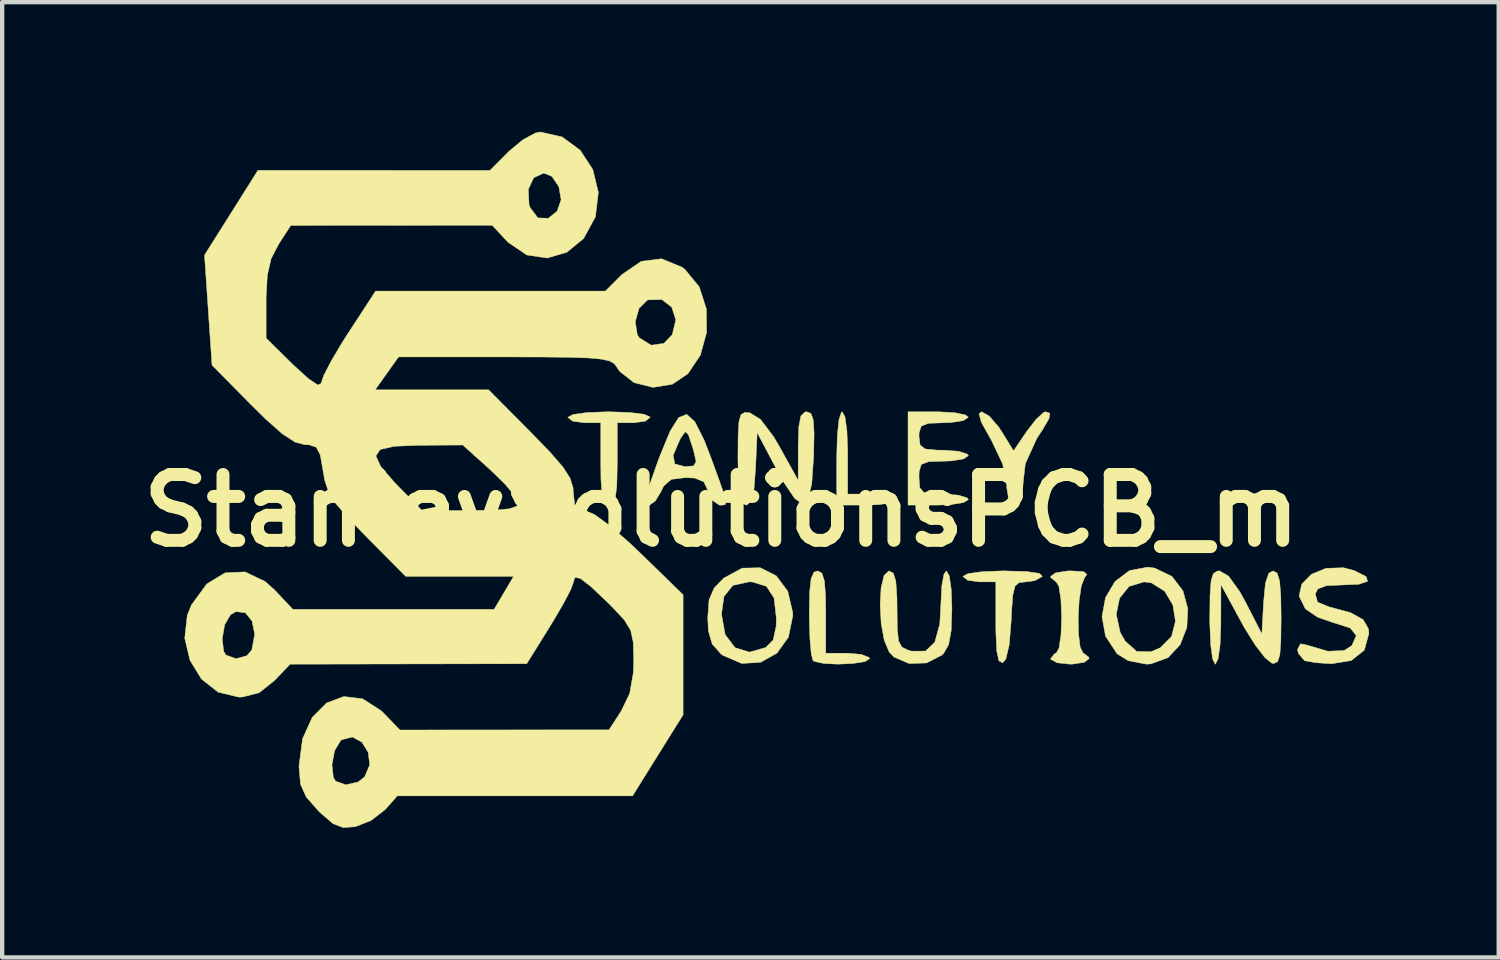
<source format=kicad_pcb>
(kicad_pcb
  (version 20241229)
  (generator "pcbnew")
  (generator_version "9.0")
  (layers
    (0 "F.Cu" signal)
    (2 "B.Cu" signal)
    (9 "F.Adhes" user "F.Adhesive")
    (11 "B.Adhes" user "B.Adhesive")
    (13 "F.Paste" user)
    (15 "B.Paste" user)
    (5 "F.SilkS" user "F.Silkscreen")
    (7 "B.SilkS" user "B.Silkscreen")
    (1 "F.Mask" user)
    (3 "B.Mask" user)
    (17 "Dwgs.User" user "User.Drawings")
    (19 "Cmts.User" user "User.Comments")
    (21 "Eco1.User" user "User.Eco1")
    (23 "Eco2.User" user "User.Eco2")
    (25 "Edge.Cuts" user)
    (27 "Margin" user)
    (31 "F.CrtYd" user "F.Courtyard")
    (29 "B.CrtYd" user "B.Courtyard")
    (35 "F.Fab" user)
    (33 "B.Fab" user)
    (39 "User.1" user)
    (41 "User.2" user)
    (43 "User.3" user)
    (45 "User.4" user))
  (footprint "StanleySolutionsPCB_m"
    (layer "F.Cu")
    (at 13.651 8.768)
    (property "Reference" "StanleySolutionsPCB_m" (at 0 0 0) (layer "F.SilkS") (effects (font (size 1.524 1.524) (thickness 0.3))))
    (attr through_hole)
    (fp_poly (pts (xy 2.858 -2.168) (xy 2.903 -1.848) (xy 2.921 -1.378) (xy 2.921 -1.333) (xy 2.921 -0.381) (xy 3.493 -0.381) (xy 3.833 -0.356) (xy 4.038 -0.292) (xy 4.064 -0.254) (xy 3.949 -0.184) (xy 3.653 -0.138) (xy 3.365 -0.127) (xy 2.667 -0.127) (xy 2.667 -1.206) (xy 2.681 -1.732) (xy 2.72 -2.104) (xy 2.778 -2.279) (xy 2.794 -2.286) (xy 2.858 -2.168)) (stroke (width 0.01) (type solid)) (fill yes) (layer "F.SilkS"))
    (fp_poly (pts (xy 2.323 1.447) (xy 2.382 1.627) (xy 2.409 1.984) (xy 2.413 2.349) (xy 2.413 3.302) (xy 2.921 3.302) (xy 3.239 3.33) (xy 3.416 3.401) (xy 3.429 3.429) (xy 3.318 3.497) (xy 3.043 3.54) (xy 2.697 3.556) (xy 2.368 3.54) (xy 2.147 3.492) (xy 2.117 3.471) (xy 2.077 3.312) (xy 2.047 2.967) (xy 2.033 2.504) (xy 2.032 2.392) (xy 2.041 1.877) (xy 2.075 1.57) (xy 2.142 1.426) (xy 2.223 1.397) (xy 2.323 1.447)) (stroke (width 0.01) (type solid)) (fill yes) (layer "F.SilkS"))
    (fp_poly (pts (xy -2.124 -2.27) (xy -1.789 -2.228) (xy -1.652 -2.165) (xy -1.651 -2.159) (xy -1.761 -2.07) (xy -2.027 -2.032) (xy -2.032 -2.032) (xy -2.413 -2.032) (xy -2.413 -1.079) (xy -2.423 -0.577) (xy -2.459 -0.282) (xy -2.53 -0.149) (xy -2.603 -0.127) (xy -2.704 -0.177) (xy -2.763 -0.357) (xy -2.79 -0.714) (xy -2.794 -1.079) (xy -2.794 -2.032) (xy -3.175 -2.032) (xy -3.443 -2.069) (xy -3.556 -2.157) (xy -3.556 -2.159) (xy -3.438 -2.223) (xy -3.118 -2.268) (xy -2.648 -2.286) (xy -2.603 -2.286) (xy -2.124 -2.27)) (stroke (width 0.01) (type solid)) (fill yes) (layer "F.SilkS"))
    (fp_poly (pts (xy 7.061 1.412) (xy 7.361 1.456) (xy 7.429 1.524) (xy 7.254 1.623) (xy 7.047 1.651) (xy 6.888 1.667) (xy 6.794 1.751) (xy 6.743 1.959) (xy 6.714 2.343) (xy 6.705 2.562) (xy 6.66 3.109) (xy 6.582 3.437) (xy 6.509 3.525) (xy 6.423 3.481) (xy 6.373 3.261) (xy 6.352 2.831) (xy 6.35 2.614) (xy 6.35 1.651) (xy 5.969 1.651) (xy 5.701 1.614) (xy 5.588 1.526) (xy 5.588 1.524) (xy 5.706 1.46) (xy 6.027 1.416) (xy 6.498 1.397) (xy 6.548 1.397) (xy 7.061 1.412)) (stroke (width 0.01) (type solid)) (fill yes) (layer "F.SilkS"))
    (fp_poly (pts (xy 7.6 -2.255) (xy 7.584 -2.134) (xy 7.436 -1.878) (xy 7.303 -1.678) (xy 7.033 -1.085) (xy 6.985 -0.669) (xy 6.957 -0.303) (xy 6.864 -0.143) (xy 6.795 -0.127) (xy 6.656 -0.219) (xy 6.605 -0.518) (xy 6.604 -0.589) (xy 6.508 -1.079) (xy 6.242 -1.64) (xy 6.224 -1.669) (xy 6.015 -2.043) (xy 5.961 -2.241) (xy 6.023 -2.286) (xy 6.197 -2.186) (xy 6.413 -1.937) (xy 6.482 -1.834) (xy 6.761 -1.382) (xy 7.068 -1.834) (xy 7.283 -2.112) (xy 7.457 -2.271) (xy 7.498 -2.286) (xy 7.6 -2.255)) (stroke (width 0.01) (type solid)) (fill yes) (layer "F.SilkS"))
    (fp_poly (pts (xy 8.383 1.414) (xy 8.459 1.477) (xy 8.407 1.549) (xy 8.33 1.738) (xy 8.28 2.072) (xy 8.258 2.472) (xy 8.265 2.862) (xy 8.303 3.164) (xy 8.372 3.3) (xy 8.382 3.302) (xy 8.505 3.399) (xy 8.509 3.429) (xy 8.397 3.513) (xy 8.123 3.555) (xy 8.065 3.556) (xy 7.771 3.524) (xy 7.624 3.446) (xy 7.62 3.429) (xy 7.717 3.306) (xy 7.747 3.302) (xy 7.813 3.185) (xy 7.859 2.876) (xy 7.874 2.477) (xy 7.856 2.045) (xy 7.809 1.75) (xy 7.747 1.651) (xy 7.624 1.554) (xy 7.62 1.524) (xy 7.732 1.442) (xy 8.01 1.399) (xy 8.09 1.397) (xy 8.383 1.414)) (stroke (width 0.01) (type solid)) (fill yes) (layer "F.SilkS"))
    (fp_poly (pts (xy 5.273 1.514) (xy 5.318 1.827) (xy 5.334 2.266) (xy 5.317 2.778) (xy 5.258 3.102) (xy 5.143 3.305) (xy 5.102 3.346) (xy 4.747 3.528) (xy 4.343 3.541) (xy 3.993 3.392) (xy 3.881 3.274) (xy 3.766 2.998) (xy 3.696 2.61) (xy 3.673 2.184) (xy 3.694 1.791) (xy 3.762 1.505) (xy 3.873 1.397) (xy 3.977 1.449) (xy 4.036 1.638) (xy 4.061 2.009) (xy 4.064 2.284) (xy 4.069 2.749) (xy 4.1 3.022) (xy 4.177 3.163) (xy 4.321 3.233) (xy 4.401 3.255) (xy 4.723 3.253) (xy 4.937 3.048) (xy 5.053 2.627) (xy 5.08 2.135) (xy 5.1 1.739) (xy 5.151 1.471) (xy 5.207 1.397) (xy 5.273 1.514)) (stroke (width 0.01) (type solid)) (fill yes) (layer "F.SilkS"))
    (fp_poly (pts (xy 10.028 1.332) (xy 10.428 1.526) (xy 10.682 1.859) (xy 10.795 2.272) (xy 10.772 2.706) (xy 10.618 3.103) (xy 10.338 3.404) (xy 9.938 3.55) (xy 9.833 3.556) (xy 9.416 3.476) (xy 9.157 3.315) (xy 8.889 2.907) (xy 8.808 2.456) (xy 8.818 2.404) (xy 9.138 2.404) (xy 9.229 2.82) (xy 9.342 3.02) (xy 9.611 3.262) (xy 9.94 3.268) (xy 10.158 3.176) (xy 10.418 2.916) (xy 10.508 2.561) (xy 10.448 2.185) (xy 10.257 1.865) (xy 9.951 1.674) (xy 9.781 1.651) (xy 9.434 1.756) (xy 9.214 2.029) (xy 9.138 2.404) (xy 8.818 2.404) (xy 8.889 2.016) (xy 9.109 1.643) (xy 9.443 1.389) (xy 9.869 1.31) (xy 10.028 1.332)) (stroke (width 0.01) (type solid)) (fill yes) (layer "F.SilkS"))
    (fp_poly (pts (xy 1.267 1.511) (xy 1.534 1.868) (xy 1.65 2.367) (xy 1.651 2.433) (xy 1.55 2.931) (xy 1.283 3.301) (xy 0.905 3.513) (xy 0.47 3.54) (xy 0.032 3.352) (xy -0.018 3.313) (xy -0.216 3.089) (xy -0.304 2.783) (xy -0.318 2.477) (xy -0.312 2.397) (xy 0 2.397) (xy 0.084 2.87) (xy 0.311 3.173) (xy 0.645 3.278) (xy 1.024 3.171) (xy 1.195 2.999) (xy 1.265 2.682) (xy 1.27 2.497) (xy 1.217 2.025) (xy 1.041 1.754) (xy 0.719 1.654) (xy 0.635 1.651) (xy 0.263 1.732) (xy 0.057 1.99) (xy 0 2.397) (xy -0.312 2.397) (xy -0.288 2.068) (xy -0.17 1.793) (xy 0.052 1.565) (xy 0.477 1.333) (xy 0.898 1.324) (xy 1.267 1.511)) (stroke (width 0.01) (type solid)) (fill yes) (layer "F.SilkS"))
    (fp_poly (pts (xy 2.07 -2.247) (xy 2.124 -2.099) (xy 2.143 -1.795) (xy 2.134 -1.287) (xy 2.132 -1.24) (xy 2.09 -0.629) (xy 2.009 -0.267) (xy 1.88 -0.152) (xy 1.695 -0.28) (xy 1.444 -0.65) (xy 1.27 -0.965) (xy 0.826 -1.806) (xy 0.788 -0.967) (xy 0.752 -0.489) (xy 0.688 -0.223) (xy 0.588 -0.129) (xy 0.566 -0.127) (xy 0.473 -0.177) (xy 0.416 -0.357) (xy 0.388 -0.709) (xy 0.381 -1.215) (xy 0.385 -1.74) (xy 0.404 -2.059) (xy 0.451 -2.22) (xy 0.538 -2.271) (xy 0.655 -2.263) (xy 0.904 -2.109) (xy 1.204 -1.713) (xy 1.352 -1.46) (xy 1.775 -0.699) (xy 1.776 -1.492) (xy 1.79 -1.943) (xy 1.838 -2.189) (xy 1.932 -2.281) (xy 1.974 -2.286) (xy 2.07 -2.247)) (stroke (width 0.01) (type solid)) (fill yes) (layer "F.SilkS"))
    (fp_poly (pts (xy 12.862 1.448) (xy 12.919 1.629) (xy 12.947 1.982) (xy 12.954 2.486) (xy 12.948 3.015) (xy 12.925 3.337) (xy 12.874 3.496) (xy 12.787 3.539) (xy 12.741 3.534) (xy 12.583 3.408) (xy 12.356 3.114) (xy 12.102 2.707) (xy 12.045 2.603) (xy 11.561 1.714) (xy 11.559 2.635) (xy 11.542 3.102) (xy 11.497 3.427) (xy 11.433 3.556) (xy 11.43 3.556) (xy 11.368 3.437) (xy 11.324 3.108) (xy 11.304 2.616) (xy 11.303 2.477) (xy 11.309 1.948) (xy 11.333 1.626) (xy 11.386 1.459) (xy 11.478 1.401) (xy 11.531 1.397) (xy 11.739 1.519) (xy 11.996 1.876) (xy 12.134 2.127) (xy 12.509 2.857) (xy 12.548 2.127) (xy 12.591 1.682) (xy 12.668 1.452) (xy 12.77 1.397) (xy 12.862 1.448)) (stroke (width 0.01) (type solid)) (fill yes) (layer "F.SilkS"))
    (fp_poly (pts (xy 5.399 -2.265) (xy 5.653 -2.211) (xy 5.715 -2.159) (xy 5.601 -2.083) (xy 5.314 -2.038) (xy 5.144 -2.032) (xy 4.791 -2.019) (xy 4.624 -1.954) (xy 4.574 -1.8) (xy 4.572 -1.714) (xy 4.596 -1.519) (xy 4.712 -1.426) (xy 4.989 -1.398) (xy 5.144 -1.397) (xy 5.484 -1.372) (xy 5.689 -1.308) (xy 5.715 -1.27) (xy 5.601 -1.194) (xy 5.314 -1.149) (xy 5.144 -1.143) (xy 4.792 -1.132) (xy 4.626 -1.068) (xy 4.575 -0.906) (xy 4.572 -0.762) (xy 4.589 -0.528) (xy 4.684 -0.417) (xy 4.928 -0.383) (xy 5.144 -0.381) (xy 5.484 -0.356) (xy 5.689 -0.292) (xy 5.715 -0.254) (xy 5.6 -0.184) (xy 5.304 -0.138) (xy 5.016 -0.127) (xy 4.318 -0.127) (xy 4.318 -2.286) (xy 5.016 -2.286) (xy 5.399 -2.265)) (stroke (width 0.01) (type solid)) (fill yes) (layer "F.SilkS"))
    (fp_poly (pts (xy 14.646 1.389) (xy 14.923 1.529) (xy 14.956 1.639) (xy 14.751 1.706) (xy 14.386 1.722) (xy 14 1.739) (xy 13.804 1.815) (xy 13.743 1.932) (xy 13.799 2.121) (xy 14.057 2.227) (xy 14.562 2.364) (xy 14.855 2.526) (xy 14.976 2.739) (xy 14.986 2.846) (xy 14.88 3.232) (xy 14.578 3.472) (xy 14.12 3.546) (xy 13.766 3.523) (xy 13.514 3.479) (xy 13.494 3.472) (xy 13.351 3.305) (xy 13.335 3.214) (xy 13.403 3.084) (xy 13.557 3.116) (xy 14.038 3.257) (xy 14.414 3.24) (xy 14.591 3.128) (xy 14.693 2.894) (xy 14.555 2.719) (xy 14.172 2.597) (xy 14.164 2.596) (xy 13.799 2.469) (xy 13.517 2.277) (xy 13.514 2.273) (xy 13.37 1.979) (xy 13.433 1.701) (xy 13.656 1.474) (xy 13.993 1.337) (xy 14.397 1.324) (xy 14.646 1.389)) (stroke (width 0.01) (type solid)) (fill yes) (layer "F.SilkS"))
    (fp_poly (pts (xy -0.616 -2.055) (xy -0.404 -1.635) (xy -0.241 -1.214) (xy -0.053 -0.699) (xy 0.059 -0.378) (xy 0.103 -0.206) (xy 0.086 -0.137) (xy 0.018 -0.125) (xy -0.05 -0.127) (xy -0.21 -0.235) (xy -0.306 -0.445) (xy -0.408 -0.665) (xy -0.619 -0.752) (xy -0.831 -0.762) (xy -1.161 -0.722) (xy -1.34 -0.567) (xy -1.397 -0.445) (xy -1.528 -0.226) (xy -1.675 -0.119) (xy -1.769 -0.164) (xy -1.777 -0.222) (xy -1.735 -0.379) (xy -1.625 -0.709) (xy -1.468 -1.149) (xy -1.423 -1.27) (xy -1.421 -1.275) (xy -1.12 -1.275) (xy -1.079 -1.079) (xy -0.846 -1.016) (xy -0.837 -1.016) (xy -0.643 -1.034) (xy -0.588 -1.136) (xy -0.647 -1.392) (xy -0.67 -1.468) (xy -0.766 -1.755) (xy -0.836 -1.825) (xy -0.929 -1.702) (xy -0.971 -1.626) (xy -1.12 -1.275) (xy -1.421 -1.275) (xy -1.191 -1.834) (xy -0.991 -2.153) (xy -0.805 -2.227) (xy -0.616 -2.055)) (stroke (width 0.01) (type solid)) (fill yes) (layer "F.SilkS"))
    (fp_poly (pts (xy -3.688 -8.648) (xy -3.27 -8.34) (xy -2.979 -7.894) (xy -2.85 -7.364) (xy -2.918 -6.805) (xy -2.921 -6.794) (xy -3.19 -6.299) (xy -3.58 -5.978) (xy -4.037 -5.845) (xy -4.507 -5.916) (xy -4.936 -6.206) (xy -4.953 -6.223) (xy -5.309 -6.604) (xy -9.97 -6.601) (xy -10.255 -6.16) (xy -10.425 -5.83) (xy -10.513 -5.449) (xy -10.541 -4.922) (xy -10.541 -4.855) (xy -10.541 -3.991) (xy -9.906 -3.365) (xy -9.558 -3.048) (xy -9.341 -2.905) (xy -9.271 -2.941) (xy -9.205 -3.132) (xy -9.027 -3.473) (xy -8.771 -3.904) (xy -8.639 -4.111) (xy -8.468 -4.372) (xy -1.996 -4.372) (xy -1.949 -4.071) (xy -1.904 -3.999) (xy -1.628 -3.827) (xy -1.334 -3.869) (xy -1.14 -4.069) (xy -1.057 -4.416) (xy -1.153 -4.71) (xy -1.383 -4.885) (xy -1.699 -4.877) (xy -1.716 -4.872) (xy -1.909 -4.68) (xy -1.996 -4.372) (xy -8.468 -4.372) (xy -8.006 -5.08) (xy -2.687 -5.08) (xy -2.306 -5.461) (xy -1.857 -5.769) (xy -1.388 -5.828) (xy -0.921 -5.636) (xy -0.846 -5.581) (xy -0.515 -5.179) (xy -0.351 -4.669) (xy -0.345 -4.12) (xy -0.489 -3.597) (xy -0.777 -3.168) (xy -1.138 -2.923) (xy -1.584 -2.851) (xy -2.024 -2.961) (xy -2.36 -3.224) (xy -2.422 -3.319) (xy -2.483 -3.401) (xy -2.589 -3.462) (xy -2.775 -3.504) (xy -3.076 -3.532) (xy -3.526 -3.547) (xy -4.161 -3.554) (xy -5.012 -3.556) (xy -7.476 -3.556) (xy -7.747 -3.175) (xy -8.018 -2.794) (xy -5.392 -2.794) (xy -4.41 -1.807) (xy -3.961 -1.343) (xy -3.67 -1.006) (xy -3.506 -0.75) (xy -3.437 -0.532) (xy -3.429 -0.41) (xy -3.397 -0.12) (xy -3.269 -0.01) (xy -3.16 0) (xy -2.941 0.091) (xy -2.587 0.349) (xy -2.13 0.747) (xy -1.89 0.975) (xy -0.889 1.949) (xy -0.889 4.728) (xy -1.474 5.666) (xy -2.058 6.604) (xy -7.505 6.604) (xy -7.785 6.922) (xy -8.114 7.176) (xy -8.475 7.318) (xy -8.755 7.339) (xy -8.991 7.249) (xy -9.275 7.006) (xy -9.332 6.95) (xy -9.614 6.628) (xy -9.745 6.334) (xy -9.779 5.942) (xy -9.779 5.912) (xy -9.776 5.885) (xy -9.017 5.885) (xy -8.985 6.177) (xy -8.932 6.265) (xy -8.696 6.349) (xy -8.409 6.282) (xy -8.261 6.166) (xy -8.142 5.886) (xy -8.178 5.596) (xy -8.326 5.359) (xy -8.544 5.241) (xy -8.791 5.306) (xy -8.816 5.325) (xy -8.956 5.559) (xy -9.017 5.885) (xy -9.776 5.885) (xy -9.697 5.281) (xy -9.473 4.788) (xy -9.143 4.455) (xy -8.743 4.305) (xy -8.307 4.358) (xy -7.872 4.638) (xy -7.811 4.699) (xy -7.445 5.08) (xy -5.024 5.078) (xy -2.603 5.077) (xy -2.318 4.636) (xy -2.124 4.232) (xy -2.04 3.746) (xy -2.032 3.458) (xy -2.042 3.053) (xy -2.101 2.775) (xy -2.25 2.531) (xy -2.53 2.231) (xy -2.64 2.122) (xy -3.023 1.759) (xy -3.265 1.572) (xy -3.392 1.545) (xy -3.429 1.663) (xy -3.429 1.667) (xy -3.492 1.836) (xy -3.661 2.157) (xy -3.901 2.568) (xy -3.969 2.678) (xy -4.508 3.546) (xy -7.247 3.551) (xy -9.985 3.556) (xy -10.351 3.937) (xy -10.703 4.218) (xy -11.088 4.316) (xy -11.176 4.318) (xy -11.651 4.204) (xy -12.037 3.901) (xy -12.304 3.465) (xy -12.421 2.967) (xy -11.557 2.967) (xy -11.524 3.257) (xy -11.472 3.344) (xy -11.241 3.43) (xy -10.987 3.361) (xy -10.872 3.228) (xy -10.805 2.865) (xy -10.866 2.558) (xy -11.022 2.365) (xy -11.239 2.339) (xy -11.367 2.413) (xy -11.5 2.642) (xy -11.557 2.967) (xy -12.421 2.967) (xy -12.424 2.953) (xy -12.366 2.424) (xy -12.27 2.187) (xy -11.914 1.699) (xy -11.491 1.442) (xy -11.03 1.42) (xy -10.565 1.641) (xy -10.342 1.841) (xy -9.923 2.286) (xy -5.262 2.286) (xy -5.037 1.905) (xy -4.812 1.524) (xy -7.309 1.524) (xy -8.225 0.602) (xy -8.652 0.16) (xy -8.93 -0.166) (xy -9.095 -0.434) (xy -9.184 -0.7) (xy -9.223 -0.922) (xy -9.283 -1.264) (xy -8.001 -1.264) (xy -7.886 -1.016) (xy -7.564 -0.645) (xy -7.467 -0.545) (xy -6.932 0) (xy -5.816 0) (xy -5.258 -0.009) (xy -4.913 -0.04) (xy -4.74 -0.099) (xy -4.699 -0.179) (xy -4.788 -0.349) (xy -5.021 -0.623) (xy -5.344 -0.937) (xy -5.989 -1.517) (xy -6.995 -1.511) (xy -7.568 -1.488) (xy -7.899 -1.414) (xy -8.001 -1.264) (xy -9.283 -1.264) (xy -9.287 -1.287) (xy -9.379 -1.465) (xy -9.544 -1.521) (xy -9.641 -1.524) (xy -9.868 -1.582) (xy -10.163 -1.774) (xy -10.559 -2.124) (xy -10.884 -2.445) (xy -11.793 -3.365) (xy -11.88 -4.639) (xy -11.967 -5.912) (xy -11.349 -6.892) (xy -11.007 -7.435) (xy -4.472 -7.435) (xy -4.455 -7.087) (xy -4.433 -7.017) (xy -4.251 -6.774) (xy -4.007 -6.766) (xy -3.804 -6.929) (xy -3.712 -7.194) (xy -3.765 -7.497) (xy -3.926 -7.735) (xy -4.116 -7.811) (xy -4.348 -7.703) (xy -4.472 -7.435) (xy -11.007 -7.435) (xy -10.732 -7.873) (xy -8.045 -7.873) (xy -5.359 -7.874) (xy -4.915 -8.319) (xy -4.6 -8.581) (xy -4.306 -8.74) (xy -4.197 -8.763) (xy -3.688 -8.648)) (stroke (width 0.01) (type solid)) (fill yes) (layer "F.SilkS")))
  (gr_rect
    (start -3 -3)
    (end 31.642 19.112)
    (stroke (width 0.1) (type default))
    (fill no)
    (layer "Edge.Cuts")))
</source>
